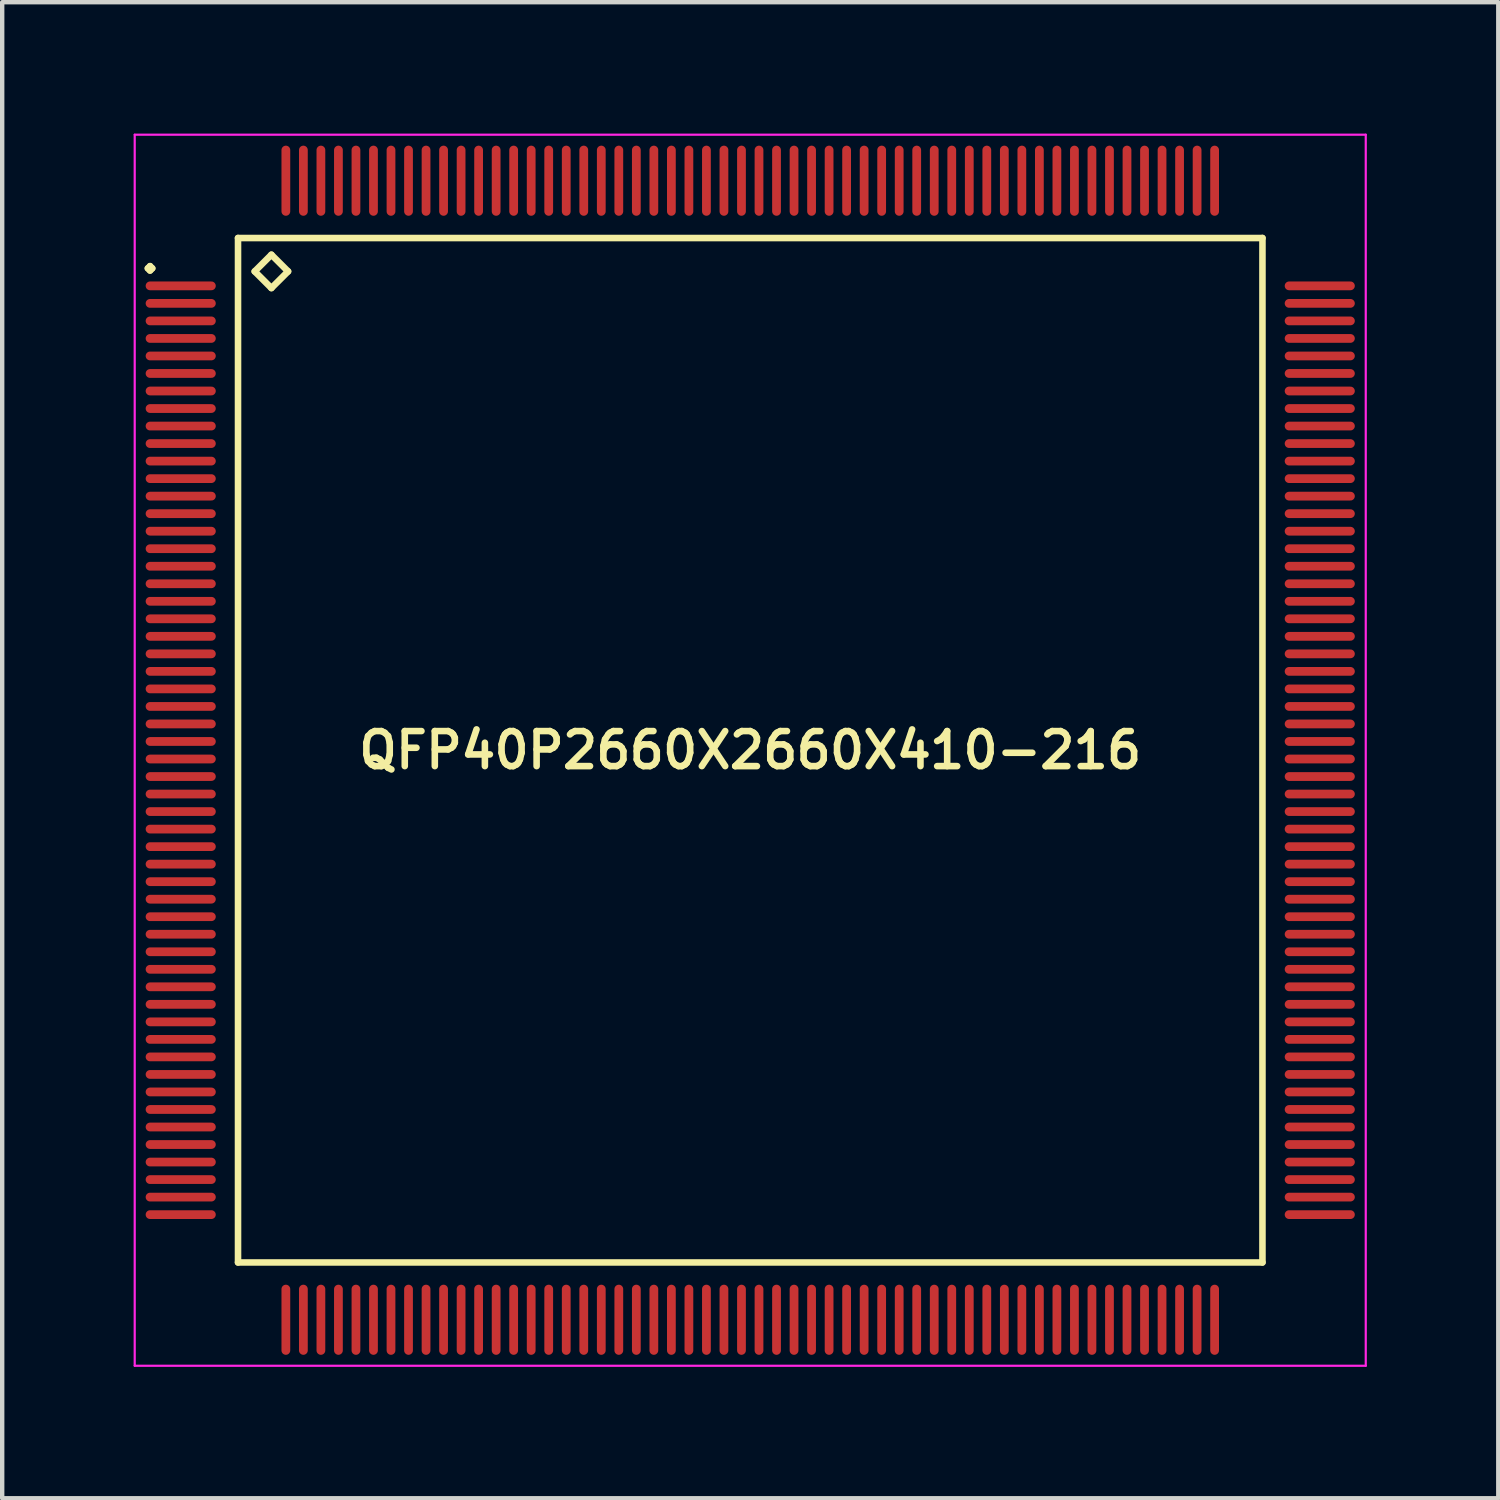
<source format=kicad_pcb>
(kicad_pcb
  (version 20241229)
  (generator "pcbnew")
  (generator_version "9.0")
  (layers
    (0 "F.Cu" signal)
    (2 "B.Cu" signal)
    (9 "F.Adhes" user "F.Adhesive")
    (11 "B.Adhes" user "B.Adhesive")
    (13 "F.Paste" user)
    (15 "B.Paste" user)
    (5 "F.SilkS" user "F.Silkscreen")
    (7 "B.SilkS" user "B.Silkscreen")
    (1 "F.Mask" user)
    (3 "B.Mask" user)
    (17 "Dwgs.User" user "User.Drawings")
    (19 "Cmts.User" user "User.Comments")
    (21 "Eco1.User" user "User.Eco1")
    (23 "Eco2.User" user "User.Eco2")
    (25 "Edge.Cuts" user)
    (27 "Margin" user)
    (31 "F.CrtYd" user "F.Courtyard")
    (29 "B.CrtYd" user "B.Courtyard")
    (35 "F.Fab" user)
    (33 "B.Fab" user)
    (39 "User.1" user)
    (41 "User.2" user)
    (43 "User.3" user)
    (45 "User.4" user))
  (footprint "QFP40P2660X2660X410-216"
    (layer "F.Cu")
    (at 14.075 14.075)
    (property "Reference" "QFP40P2660X2660X410-216" (at 0 0 0) (layer "F.SilkS") (effects (font (size 0.8 0.8) (thickness 0.15))))
    (attr smd)
    (fp_line (start -13.75 -11) (end -13.7 -11.05) (stroke (width 0.15) (type solid)) (layer "F.SilkS"))
    (fp_line (start -13.7 -11.05) (end -13.65 -11) (stroke (width 0.15) (type solid)) (layer "F.SilkS"))
    (fp_line (start -13.7 -10.95) (end -13.75 -11) (stroke (width 0.15) (type solid)) (layer "F.SilkS"))
    (fp_line (start -13.65 -11) (end -13.7 -10.95) (stroke (width 0.15) (type solid)) (layer "F.SilkS"))
    (fp_line (start -11.692 -11.692) (end -11.692 11.692) (stroke (width 0.15) (type solid)) (layer "F.SilkS"))
    (fp_line (start -11.692 11.692) (end 11.692 11.692) (stroke (width 0.15) (type solid)) (layer "F.SilkS"))
    (fp_line (start -11.311 -10.93) (end -10.93 -11.311) (stroke (width 0.15) (type solid)) (layer "F.SilkS"))
    (fp_line (start -10.93 -11.311) (end -10.549 -10.93) (stroke (width 0.15) (type solid)) (layer "F.SilkS"))
    (fp_line (start -10.93 -10.549) (end -11.311 -10.93) (stroke (width 0.15) (type solid)) (layer "F.SilkS"))
    (fp_line (start -10.549 -10.93) (end -10.93 -10.549) (stroke (width 0.15) (type solid)) (layer "F.SilkS"))
    (fp_line (start 11.692 -11.692) (end -11.692 -11.692) (stroke (width 0.15) (type solid)) (layer "F.SilkS"))
    (fp_line (start 11.692 11.692) (end 11.692 -11.692) (stroke (width 0.15) (type solid)) (layer "F.SilkS"))
    (fp_line (start -14.05 -14.05) (end 14.05 -14.05) (stroke (width 0.05) (type solid)) (layer "F.CrtYd"))
    (fp_line (start -14.05 14.05) (end -14.05 -14.05) (stroke (width 0.05) (type solid)) (layer "F.CrtYd"))
    (fp_line (start 14.05 -14.05) (end 14.05 14.05) (stroke (width 0.05) (type solid)) (layer "F.CrtYd"))
    (fp_line (start 14.05 14.05) (end -14.05 14.05) (stroke (width 0.05) (type solid)) (layer "F.CrtYd"))
    (pad "1" smd oval (at -13 -10.6) (size 1.6 0.2) (layers "F.Cu" "F.Mask" "F.Paste"))
    (pad "2" smd oval (at -13 -10.2) (size 1.6 0.2) (layers "F.Cu" "F.Mask" "F.Paste"))
    (pad "3" smd oval (at -13 -9.8) (size 1.6 0.2) (layers "F.Cu" "F.Mask" "F.Paste"))
    (pad "4" smd oval (at -13 -9.4) (size 1.6 0.2) (layers "F.Cu" "F.Mask" "F.Paste"))
    (pad "5" smd oval (at -13 -9) (size 1.6 0.2) (layers "F.Cu" "F.Mask" "F.Paste"))
    (pad "6" smd oval (at -13 -8.6) (size 1.6 0.2) (layers "F.Cu" "F.Mask" "F.Paste"))
    (pad "7" smd oval (at -13 -8.2) (size 1.6 0.2) (layers "F.Cu" "F.Mask" "F.Paste"))
    (pad "8" smd oval (at -13 -7.8) (size 1.6 0.2) (layers "F.Cu" "F.Mask" "F.Paste"))
    (pad "9" smd oval (at -13 -7.4) (size 1.6 0.2) (layers "F.Cu" "F.Mask" "F.Paste"))
    (pad "10" smd oval (at -13 -7) (size 1.6 0.2) (layers "F.Cu" "F.Mask" "F.Paste"))
    (pad "11" smd oval (at -13 -6.6) (size 1.6 0.2) (layers "F.Cu" "F.Mask" "F.Paste"))
    (pad "12" smd oval (at -13 -6.2) (size 1.6 0.2) (layers "F.Cu" "F.Mask" "F.Paste"))
    (pad "13" smd oval (at -13 -5.8) (size 1.6 0.2) (layers "F.Cu" "F.Mask" "F.Paste"))
    (pad "14" smd oval (at -13 -5.4) (size 1.6 0.2) (layers "F.Cu" "F.Mask" "F.Paste"))
    (pad "15" smd oval (at -13 -5) (size 1.6 0.2) (layers "F.Cu" "F.Mask" "F.Paste"))
    (pad "16" smd oval (at -13 -4.6) (size 1.6 0.2) (layers "F.Cu" "F.Mask" "F.Paste"))
    (pad "17" smd oval (at -13 -4.2) (size 1.6 0.2) (layers "F.Cu" "F.Mask" "F.Paste"))
    (pad "18" smd oval (at -13 -3.8) (size 1.6 0.2) (layers "F.Cu" "F.Mask" "F.Paste"))
    (pad "19" smd oval (at -13 -3.4) (size 1.6 0.2) (layers "F.Cu" "F.Mask" "F.Paste"))
    (pad "20" smd oval (at -13 -3) (size 1.6 0.2) (layers "F.Cu" "F.Mask" "F.Paste"))
    (pad "21" smd oval (at -13 -2.6) (size 1.6 0.2) (layers "F.Cu" "F.Mask" "F.Paste"))
    (pad "22" smd oval (at -13 -2.2) (size 1.6 0.2) (layers "F.Cu" "F.Mask" "F.Paste"))
    (pad "23" smd oval (at -13 -1.8) (size 1.6 0.2) (layers "F.Cu" "F.Mask" "F.Paste"))
    (pad "24" smd oval (at -13 -1.4) (size 1.6 0.2) (layers "F.Cu" "F.Mask" "F.Paste"))
    (pad "25" smd oval (at -13 -1) (size 1.6 0.2) (layers "F.Cu" "F.Mask" "F.Paste"))
    (pad "26" smd oval (at -13 -0.6) (size 1.6 0.2) (layers "F.Cu" "F.Mask" "F.Paste"))
    (pad "27" smd oval (at -13 -0.2) (size 1.6 0.2) (layers "F.Cu" "F.Mask" "F.Paste"))
    (pad "28" smd oval (at -13 0.2) (size 1.6 0.2) (layers "F.Cu" "F.Mask" "F.Paste"))
    (pad "29" smd oval (at -13 0.6) (size 1.6 0.2) (layers "F.Cu" "F.Mask" "F.Paste"))
    (pad "30" smd oval (at -13 1) (size 1.6 0.2) (layers "F.Cu" "F.Mask" "F.Paste"))
    (pad "31" smd oval (at -13 1.4) (size 1.6 0.2) (layers "F.Cu" "F.Mask" "F.Paste"))
    (pad "32" smd oval (at -13 1.8) (size 1.6 0.2) (layers "F.Cu" "F.Mask" "F.Paste"))
    (pad "33" smd oval (at -13 2.2) (size 1.6 0.2) (layers "F.Cu" "F.Mask" "F.Paste"))
    (pad "34" smd oval (at -13 2.6) (size 1.6 0.2) (layers "F.Cu" "F.Mask" "F.Paste"))
    (pad "35" smd oval (at -13 3) (size 1.6 0.2) (layers "F.Cu" "F.Mask" "F.Paste"))
    (pad "36" smd oval (at -13 3.4) (size 1.6 0.2) (layers "F.Cu" "F.Mask" "F.Paste"))
    (pad "37" smd oval (at -13 3.8) (size 1.6 0.2) (layers "F.Cu" "F.Mask" "F.Paste"))
    (pad "38" smd oval (at -13 4.2) (size 1.6 0.2) (layers "F.Cu" "F.Mask" "F.Paste"))
    (pad "39" smd oval (at -13 4.6) (size 1.6 0.2) (layers "F.Cu" "F.Mask" "F.Paste"))
    (pad "40" smd oval (at -13 5) (size 1.6 0.2) (layers "F.Cu" "F.Mask" "F.Paste"))
    (pad "41" smd oval (at -13 5.4) (size 1.6 0.2) (layers "F.Cu" "F.Mask" "F.Paste"))
    (pad "42" smd oval (at -13 5.8) (size 1.6 0.2) (layers "F.Cu" "F.Mask" "F.Paste"))
    (pad "43" smd oval (at -13 6.2) (size 1.6 0.2) (layers "F.Cu" "F.Mask" "F.Paste"))
    (pad "44" smd oval (at -13 6.6) (size 1.6 0.2) (layers "F.Cu" "F.Mask" "F.Paste"))
    (pad "45" smd oval (at -13 7) (size 1.6 0.2) (layers "F.Cu" "F.Mask" "F.Paste"))
    (pad "46" smd oval (at -13 7.4) (size 1.6 0.2) (layers "F.Cu" "F.Mask" "F.Paste"))
    (pad "47" smd oval (at -13 7.8) (size 1.6 0.2) (layers "F.Cu" "F.Mask" "F.Paste"))
    (pad "48" smd oval (at -13 8.2) (size 1.6 0.2) (layers "F.Cu" "F.Mask" "F.Paste"))
    (pad "49" smd oval (at -13 8.6) (size 1.6 0.2) (layers "F.Cu" "F.Mask" "F.Paste"))
    (pad "50" smd oval (at -13 9) (size 1.6 0.2) (layers "F.Cu" "F.Mask" "F.Paste"))
    (pad "51" smd oval (at -13 9.4) (size 1.6 0.2) (layers "F.Cu" "F.Mask" "F.Paste"))
    (pad "52" smd oval (at -13 9.8) (size 1.6 0.2) (layers "F.Cu" "F.Mask" "F.Paste"))
    (pad "53" smd oval (at -13 10.2) (size 1.6 0.2) (layers "F.Cu" "F.Mask" "F.Paste"))
    (pad "54" smd oval (at -13 10.6) (size 1.6 0.2) (layers "F.Cu" "F.Mask" "F.Paste"))
    (pad "55" smd oval (at -10.6 13) (size 0.2 1.6) (layers "F.Cu" "F.Mask" "F.Paste"))
    (pad "56" smd oval (at -10.2 13) (size 0.2 1.6) (layers "F.Cu" "F.Mask" "F.Paste"))
    (pad "57" smd oval (at -9.8 13) (size 0.2 1.6) (layers "F.Cu" "F.Mask" "F.Paste"))
    (pad "58" smd oval (at -9.4 13) (size 0.2 1.6) (layers "F.Cu" "F.Mask" "F.Paste"))
    (pad "59" smd oval (at -9 13) (size 0.2 1.6) (layers "F.Cu" "F.Mask" "F.Paste"))
    (pad "60" smd oval (at -8.6 13) (size 0.2 1.6) (layers "F.Cu" "F.Mask" "F.Paste"))
    (pad "61" smd oval (at -8.2 13) (size 0.2 1.6) (layers "F.Cu" "F.Mask" "F.Paste"))
    (pad "62" smd oval (at -7.8 13) (size 0.2 1.6) (layers "F.Cu" "F.Mask" "F.Paste"))
    (pad "63" smd oval (at -7.4 13) (size 0.2 1.6) (layers "F.Cu" "F.Mask" "F.Paste"))
    (pad "64" smd oval (at -7 13) (size 0.2 1.6) (layers "F.Cu" "F.Mask" "F.Paste"))
    (pad "65" smd oval (at -6.6 13) (size 0.2 1.6) (layers "F.Cu" "F.Mask" "F.Paste"))
    (pad "66" smd oval (at -6.2 13) (size 0.2 1.6) (layers "F.Cu" "F.Mask" "F.Paste"))
    (pad "67" smd oval (at -5.8 13) (size 0.2 1.6) (layers "F.Cu" "F.Mask" "F.Paste"))
    (pad "68" smd oval (at -5.4 13) (size 0.2 1.6) (layers "F.Cu" "F.Mask" "F.Paste"))
    (pad "69" smd oval (at -5 13) (size 0.2 1.6) (layers "F.Cu" "F.Mask" "F.Paste"))
    (pad "70" smd oval (at -4.6 13) (size 0.2 1.6) (layers "F.Cu" "F.Mask" "F.Paste"))
    (pad "71" smd oval (at -4.2 13) (size 0.2 1.6) (layers "F.Cu" "F.Mask" "F.Paste"))
    (pad "72" smd oval (at -3.8 13) (size 0.2 1.6) (layers "F.Cu" "F.Mask" "F.Paste"))
    (pad "73" smd oval (at -3.4 13) (size 0.2 1.6) (layers "F.Cu" "F.Mask" "F.Paste"))
    (pad "74" smd oval (at -3 13) (size 0.2 1.6) (layers "F.Cu" "F.Mask" "F.Paste"))
    (pad "75" smd oval (at -2.6 13) (size 0.2 1.6) (layers "F.Cu" "F.Mask" "F.Paste"))
    (pad "76" smd oval (at -2.2 13) (size 0.2 1.6) (layers "F.Cu" "F.Mask" "F.Paste"))
    (pad "77" smd oval (at -1.8 13) (size 0.2 1.6) (layers "F.Cu" "F.Mask" "F.Paste"))
    (pad "78" smd oval (at -1.4 13) (size 0.2 1.6) (layers "F.Cu" "F.Mask" "F.Paste"))
    (pad "79" smd oval (at -1 13) (size 0.2 1.6) (layers "F.Cu" "F.Mask" "F.Paste"))
    (pad "80" smd oval (at -0.6 13) (size 0.2 1.6) (layers "F.Cu" "F.Mask" "F.Paste"))
    (pad "81" smd oval (at -0.2 13) (size 0.2 1.6) (layers "F.Cu" "F.Mask" "F.Paste"))
    (pad "82" smd oval (at 0.2 13) (size 0.2 1.6) (layers "F.Cu" "F.Mask" "F.Paste"))
    (pad "83" smd oval (at 0.6 13) (size 0.2 1.6) (layers "F.Cu" "F.Mask" "F.Paste"))
    (pad "84" smd oval (at 1 13) (size 0.2 1.6) (layers "F.Cu" "F.Mask" "F.Paste"))
    (pad "85" smd oval (at 1.4 13) (size 0.2 1.6) (layers "F.Cu" "F.Mask" "F.Paste"))
    (pad "86" smd oval (at 1.8 13) (size 0.2 1.6) (layers "F.Cu" "F.Mask" "F.Paste"))
    (pad "87" smd oval (at 2.2 13) (size 0.2 1.6) (layers "F.Cu" "F.Mask" "F.Paste"))
    (pad "88" smd oval (at 2.6 13) (size 0.2 1.6) (layers "F.Cu" "F.Mask" "F.Paste"))
    (pad "89" smd oval (at 3 13) (size 0.2 1.6) (layers "F.Cu" "F.Mask" "F.Paste"))
    (pad "90" smd oval (at 3.4 13) (size 0.2 1.6) (layers "F.Cu" "F.Mask" "F.Paste"))
    (pad "91" smd oval (at 3.8 13) (size 0.2 1.6) (layers "F.Cu" "F.Mask" "F.Paste"))
    (pad "92" smd oval (at 4.2 13) (size 0.2 1.6) (layers "F.Cu" "F.Mask" "F.Paste"))
    (pad "93" smd oval (at 4.6 13) (size 0.2 1.6) (layers "F.Cu" "F.Mask" "F.Paste"))
    (pad "94" smd oval (at 5 13) (size 0.2 1.6) (layers "F.Cu" "F.Mask" "F.Paste"))
    (pad "95" smd oval (at 5.4 13) (size 0.2 1.6) (layers "F.Cu" "F.Mask" "F.Paste"))
    (pad "96" smd oval (at 5.8 13) (size 0.2 1.6) (layers "F.Cu" "F.Mask" "F.Paste"))
    (pad "97" smd oval (at 6.2 13) (size 0.2 1.6) (layers "F.Cu" "F.Mask" "F.Paste"))
    (pad "98" smd oval (at 6.6 13) (size 0.2 1.6) (layers "F.Cu" "F.Mask" "F.Paste"))
    (pad "99" smd oval (at 7 13) (size 0.2 1.6) (layers "F.Cu" "F.Mask" "F.Paste"))
    (pad "100" smd oval (at 7.4 13) (size 0.2 1.6) (layers "F.Cu" "F.Mask" "F.Paste"))
    (pad "101" smd oval (at 7.8 13) (size 0.2 1.6) (layers "F.Cu" "F.Mask" "F.Paste"))
    (pad "102" smd oval (at 8.2 13) (size 0.2 1.6) (layers "F.Cu" "F.Mask" "F.Paste"))
    (pad "103" smd oval (at 8.6 13) (size 0.2 1.6) (layers "F.Cu" "F.Mask" "F.Paste"))
    (pad "104" smd oval (at 9 13) (size 0.2 1.6) (layers "F.Cu" "F.Mask" "F.Paste"))
    (pad "105" smd oval (at 9.4 13) (size 0.2 1.6) (layers "F.Cu" "F.Mask" "F.Paste"))
    (pad "106" smd oval (at 9.8 13) (size 0.2 1.6) (layers "F.Cu" "F.Mask" "F.Paste"))
    (pad "107" smd oval (at 10.2 13) (size 0.2 1.6) (layers "F.Cu" "F.Mask" "F.Paste"))
    (pad "108" smd oval (at 10.6 13) (size 0.2 1.6) (layers "F.Cu" "F.Mask" "F.Paste"))
    (pad "109" smd oval (at 13 10.6) (size 1.6 0.2) (layers "F.Cu" "F.Mask" "F.Paste"))
    (pad "110" smd oval (at 13 10.2) (size 1.6 0.2) (layers "F.Cu" "F.Mask" "F.Paste"))
    (pad "111" smd oval (at 13 9.8) (size 1.6 0.2) (layers "F.Cu" "F.Mask" "F.Paste"))
    (pad "112" smd oval (at 13 9.4) (size 1.6 0.2) (layers "F.Cu" "F.Mask" "F.Paste"))
    (pad "113" smd oval (at 13 9) (size 1.6 0.2) (layers "F.Cu" "F.Mask" "F.Paste"))
    (pad "114" smd oval (at 13 8.6) (size 1.6 0.2) (layers "F.Cu" "F.Mask" "F.Paste"))
    (pad "115" smd oval (at 13 8.2) (size 1.6 0.2) (layers "F.Cu" "F.Mask" "F.Paste"))
    (pad "116" smd oval (at 13 7.8) (size 1.6 0.2) (layers "F.Cu" "F.Mask" "F.Paste"))
    (pad "117" smd oval (at 13 7.4) (size 1.6 0.2) (layers "F.Cu" "F.Mask" "F.Paste"))
    (pad "118" smd oval (at 13 7) (size 1.6 0.2) (layers "F.Cu" "F.Mask" "F.Paste"))
    (pad "119" smd oval (at 13 6.6) (size 1.6 0.2) (layers "F.Cu" "F.Mask" "F.Paste"))
    (pad "120" smd oval (at 13 6.2) (size 1.6 0.2) (layers "F.Cu" "F.Mask" "F.Paste"))
    (pad "121" smd oval (at 13 5.8) (size 1.6 0.2) (layers "F.Cu" "F.Mask" "F.Paste"))
    (pad "122" smd oval (at 13 5.4) (size 1.6 0.2) (layers "F.Cu" "F.Mask" "F.Paste"))
    (pad "123" smd oval (at 13 5) (size 1.6 0.2) (layers "F.Cu" "F.Mask" "F.Paste"))
    (pad "124" smd oval (at 13 4.6) (size 1.6 0.2) (layers "F.Cu" "F.Mask" "F.Paste"))
    (pad "125" smd oval (at 13 4.2) (size 1.6 0.2) (layers "F.Cu" "F.Mask" "F.Paste"))
    (pad "126" smd oval (at 13 3.8) (size 1.6 0.2) (layers "F.Cu" "F.Mask" "F.Paste"))
    (pad "127" smd oval (at 13 3.4) (size 1.6 0.2) (layers "F.Cu" "F.Mask" "F.Paste"))
    (pad "128" smd oval (at 13 3) (size 1.6 0.2) (layers "F.Cu" "F.Mask" "F.Paste"))
    (pad "129" smd oval (at 13 2.6) (size 1.6 0.2) (layers "F.Cu" "F.Mask" "F.Paste"))
    (pad "130" smd oval (at 13 2.2) (size 1.6 0.2) (layers "F.Cu" "F.Mask" "F.Paste"))
    (pad "131" smd oval (at 13 1.8) (size 1.6 0.2) (layers "F.Cu" "F.Mask" "F.Paste"))
    (pad "132" smd oval (at 13 1.4) (size 1.6 0.2) (layers "F.Cu" "F.Mask" "F.Paste"))
    (pad "133" smd oval (at 13 1) (size 1.6 0.2) (layers "F.Cu" "F.Mask" "F.Paste"))
    (pad "134" smd oval (at 13 0.6) (size 1.6 0.2) (layers "F.Cu" "F.Mask" "F.Paste"))
    (pad "135" smd oval (at 13 0.2) (size 1.6 0.2) (layers "F.Cu" "F.Mask" "F.Paste"))
    (pad "136" smd oval (at 13 -0.2) (size 1.6 0.2) (layers "F.Cu" "F.Mask" "F.Paste"))
    (pad "137" smd oval (at 13 -0.6) (size 1.6 0.2) (layers "F.Cu" "F.Mask" "F.Paste"))
    (pad "138" smd oval (at 13 -1) (size 1.6 0.2) (layers "F.Cu" "F.Mask" "F.Paste"))
    (pad "139" smd oval (at 13 -1.4) (size 1.6 0.2) (layers "F.Cu" "F.Mask" "F.Paste"))
    (pad "140" smd oval (at 13 -1.8) (size 1.6 0.2) (layers "F.Cu" "F.Mask" "F.Paste"))
    (pad "141" smd oval (at 13 -2.2) (size 1.6 0.2) (layers "F.Cu" "F.Mask" "F.Paste"))
    (pad "142" smd oval (at 13 -2.6) (size 1.6 0.2) (layers "F.Cu" "F.Mask" "F.Paste"))
    (pad "143" smd oval (at 13 -3) (size 1.6 0.2) (layers "F.Cu" "F.Mask" "F.Paste"))
    (pad "144" smd oval (at 13 -3.4) (size 1.6 0.2) (layers "F.Cu" "F.Mask" "F.Paste"))
    (pad "145" smd oval (at 13 -3.8) (size 1.6 0.2) (layers "F.Cu" "F.Mask" "F.Paste"))
    (pad "146" smd oval (at 13 -4.2) (size 1.6 0.2) (layers "F.Cu" "F.Mask" "F.Paste"))
    (pad "147" smd oval (at 13 -4.6) (size 1.6 0.2) (layers "F.Cu" "F.Mask" "F.Paste"))
    (pad "148" smd oval (at 13 -5) (size 1.6 0.2) (layers "F.Cu" "F.Mask" "F.Paste"))
    (pad "149" smd oval (at 13 -5.4) (size 1.6 0.2) (layers "F.Cu" "F.Mask" "F.Paste"))
    (pad "150" smd oval (at 13 -5.8) (size 1.6 0.2) (layers "F.Cu" "F.Mask" "F.Paste"))
    (pad "151" smd oval (at 13 -6.2) (size 1.6 0.2) (layers "F.Cu" "F.Mask" "F.Paste"))
    (pad "152" smd oval (at 13 -6.6) (size 1.6 0.2) (layers "F.Cu" "F.Mask" "F.Paste"))
    (pad "153" smd oval (at 13 -7) (size 1.6 0.2) (layers "F.Cu" "F.Mask" "F.Paste"))
    (pad "154" smd oval (at 13 -7.4) (size 1.6 0.2) (layers "F.Cu" "F.Mask" "F.Paste"))
    (pad "155" smd oval (at 13 -7.8) (size 1.6 0.2) (layers "F.Cu" "F.Mask" "F.Paste"))
    (pad "156" smd oval (at 13 -8.2) (size 1.6 0.2) (layers "F.Cu" "F.Mask" "F.Paste"))
    (pad "157" smd oval (at 13 -8.6) (size 1.6 0.2) (layers "F.Cu" "F.Mask" "F.Paste"))
    (pad "158" smd oval (at 13 -9) (size 1.6 0.2) (layers "F.Cu" "F.Mask" "F.Paste"))
    (pad "159" smd oval (at 13 -9.4) (size 1.6 0.2) (layers "F.Cu" "F.Mask" "F.Paste"))
    (pad "160" smd oval (at 13 -9.8) (size 1.6 0.2) (layers "F.Cu" "F.Mask" "F.Paste"))
    (pad "161" smd oval (at 13 -10.2) (size 1.6 0.2) (layers "F.Cu" "F.Mask" "F.Paste"))
    (pad "162" smd oval (at 13 -10.6) (size 1.6 0.2) (layers "F.Cu" "F.Mask" "F.Paste"))
    (pad "163" smd oval (at 10.6 -13) (size 0.2 1.6) (layers "F.Cu" "F.Mask" "F.Paste"))
    (pad "164" smd oval (at 10.2 -13) (size 0.2 1.6) (layers "F.Cu" "F.Mask" "F.Paste"))
    (pad "165" smd oval (at 9.8 -13) (size 0.2 1.6) (layers "F.Cu" "F.Mask" "F.Paste"))
    (pad "166" smd oval (at 9.4 -13) (size 0.2 1.6) (layers "F.Cu" "F.Mask" "F.Paste"))
    (pad "167" smd oval (at 9 -13) (size 0.2 1.6) (layers "F.Cu" "F.Mask" "F.Paste"))
    (pad "168" smd oval (at 8.6 -13) (size 0.2 1.6) (layers "F.Cu" "F.Mask" "F.Paste"))
    (pad "169" smd oval (at 8.2 -13) (size 0.2 1.6) (layers "F.Cu" "F.Mask" "F.Paste"))
    (pad "170" smd oval (at 7.8 -13) (size 0.2 1.6) (layers "F.Cu" "F.Mask" "F.Paste"))
    (pad "171" smd oval (at 7.4 -13) (size 0.2 1.6) (layers "F.Cu" "F.Mask" "F.Paste"))
    (pad "172" smd oval (at 7 -13) (size 0.2 1.6) (layers "F.Cu" "F.Mask" "F.Paste"))
    (pad "173" smd oval (at 6.6 -13) (size 0.2 1.6) (layers "F.Cu" "F.Mask" "F.Paste"))
    (pad "174" smd oval (at 6.2 -13) (size 0.2 1.6) (layers "F.Cu" "F.Mask" "F.Paste"))
    (pad "175" smd oval (at 5.8 -13) (size 0.2 1.6) (layers "F.Cu" "F.Mask" "F.Paste"))
    (pad "176" smd oval (at 5.4 -13) (size 0.2 1.6) (layers "F.Cu" "F.Mask" "F.Paste"))
    (pad "177" smd oval (at 5 -13) (size 0.2 1.6) (layers "F.Cu" "F.Mask" "F.Paste"))
    (pad "178" smd oval (at 4.6 -13) (size 0.2 1.6) (layers "F.Cu" "F.Mask" "F.Paste"))
    (pad "179" smd oval (at 4.2 -13) (size 0.2 1.6) (layers "F.Cu" "F.Mask" "F.Paste"))
    (pad "180" smd oval (at 3.8 -13) (size 0.2 1.6) (layers "F.Cu" "F.Mask" "F.Paste"))
    (pad "181" smd oval (at 3.4 -13) (size 0.2 1.6) (layers "F.Cu" "F.Mask" "F.Paste"))
    (pad "182" smd oval (at 3 -13) (size 0.2 1.6) (layers "F.Cu" "F.Mask" "F.Paste"))
    (pad "183" smd oval (at 2.6 -13) (size 0.2 1.6) (layers "F.Cu" "F.Mask" "F.Paste"))
    (pad "184" smd oval (at 2.2 -13) (size 0.2 1.6) (layers "F.Cu" "F.Mask" "F.Paste"))
    (pad "185" smd oval (at 1.8 -13) (size 0.2 1.6) (layers "F.Cu" "F.Mask" "F.Paste"))
    (pad "186" smd oval (at 1.4 -13) (size 0.2 1.6) (layers "F.Cu" "F.Mask" "F.Paste"))
    (pad "187" smd oval (at 1 -13) (size 0.2 1.6) (layers "F.Cu" "F.Mask" "F.Paste"))
    (pad "188" smd oval (at 0.6 -13) (size 0.2 1.6) (layers "F.Cu" "F.Mask" "F.Paste"))
    (pad "189" smd oval (at 0.2 -13) (size 0.2 1.6) (layers "F.Cu" "F.Mask" "F.Paste"))
    (pad "190" smd oval (at -0.2 -13) (size 0.2 1.6) (layers "F.Cu" "F.Mask" "F.Paste"))
    (pad "191" smd oval (at -0.6 -13) (size 0.2 1.6) (layers "F.Cu" "F.Mask" "F.Paste"))
    (pad "192" smd oval (at -1 -13) (size 0.2 1.6) (layers "F.Cu" "F.Mask" "F.Paste"))
    (pad "193" smd oval (at -1.4 -13) (size 0.2 1.6) (layers "F.Cu" "F.Mask" "F.Paste"))
    (pad "194" smd oval (at -1.8 -13) (size 0.2 1.6) (layers "F.Cu" "F.Mask" "F.Paste"))
    (pad "195" smd oval (at -2.2 -13) (size 0.2 1.6) (layers "F.Cu" "F.Mask" "F.Paste"))
    (pad "196" smd oval (at -2.6 -13) (size 0.2 1.6) (layers "F.Cu" "F.Mask" "F.Paste"))
    (pad "197" smd oval (at -3 -13) (size 0.2 1.6) (layers "F.Cu" "F.Mask" "F.Paste"))
    (pad "198" smd oval (at -3.4 -13) (size 0.2 1.6) (layers "F.Cu" "F.Mask" "F.Paste"))
    (pad "199" smd oval (at -3.8 -13) (size 0.2 1.6) (layers "F.Cu" "F.Mask" "F.Paste"))
    (pad "200" smd oval (at -4.2 -13) (size 0.2 1.6) (layers "F.Cu" "F.Mask" "F.Paste"))
    (pad "201" smd oval (at -4.6 -13) (size 0.2 1.6) (layers "F.Cu" "F.Mask" "F.Paste"))
    (pad "202" smd oval (at -5 -13) (size 0.2 1.6) (layers "F.Cu" "F.Mask" "F.Paste"))
    (pad "203" smd oval (at -5.4 -13) (size 0.2 1.6) (layers "F.Cu" "F.Mask" "F.Paste"))
    (pad "204" smd oval (at -5.8 -13) (size 0.2 1.6) (layers "F.Cu" "F.Mask" "F.Paste"))
    (pad "205" smd oval (at -6.2 -13) (size 0.2 1.6) (layers "F.Cu" "F.Mask" "F.Paste"))
    (pad "206" smd oval (at -6.6 -13) (size 0.2 1.6) (layers "F.Cu" "F.Mask" "F.Paste"))
    (pad "207" smd oval (at -7 -13) (size 0.2 1.6) (layers "F.Cu" "F.Mask" "F.Paste"))
    (pad "208" smd oval (at -7.4 -13) (size 0.2 1.6) (layers "F.Cu" "F.Mask" "F.Paste"))
    (pad "209" smd oval (at -7.8 -13) (size 0.2 1.6) (layers "F.Cu" "F.Mask" "F.Paste"))
    (pad "210" smd oval (at -8.2 -13) (size 0.2 1.6) (layers "F.Cu" "F.Mask" "F.Paste"))
    (pad "211" smd oval (at -8.6 -13) (size 0.2 1.6) (layers "F.Cu" "F.Mask" "F.Paste"))
    (pad "212" smd oval (at -9 -13) (size 0.2 1.6) (layers "F.Cu" "F.Mask" "F.Paste"))
    (pad "213" smd oval (at -9.4 -13) (size 0.2 1.6) (layers "F.Cu" "F.Mask" "F.Paste"))
    (pad "214" smd oval (at -9.8 -13) (size 0.2 1.6) (layers "F.Cu" "F.Mask" "F.Paste"))
    (pad "215" smd oval (at -10.2 -13) (size 0.2 1.6) (layers "F.Cu" "F.Mask" "F.Paste"))
    (pad "216" smd oval (at -10.6 -13) (size 0.2 1.6) (layers "F.Cu" "F.Mask" "F.Paste")))
  (gr_rect
    (start -3 -3)
    (end 31.15 31.15)
    (stroke (width 0.1) (type default))
    (fill no)
    (layer "Edge.Cuts")))
</source>
